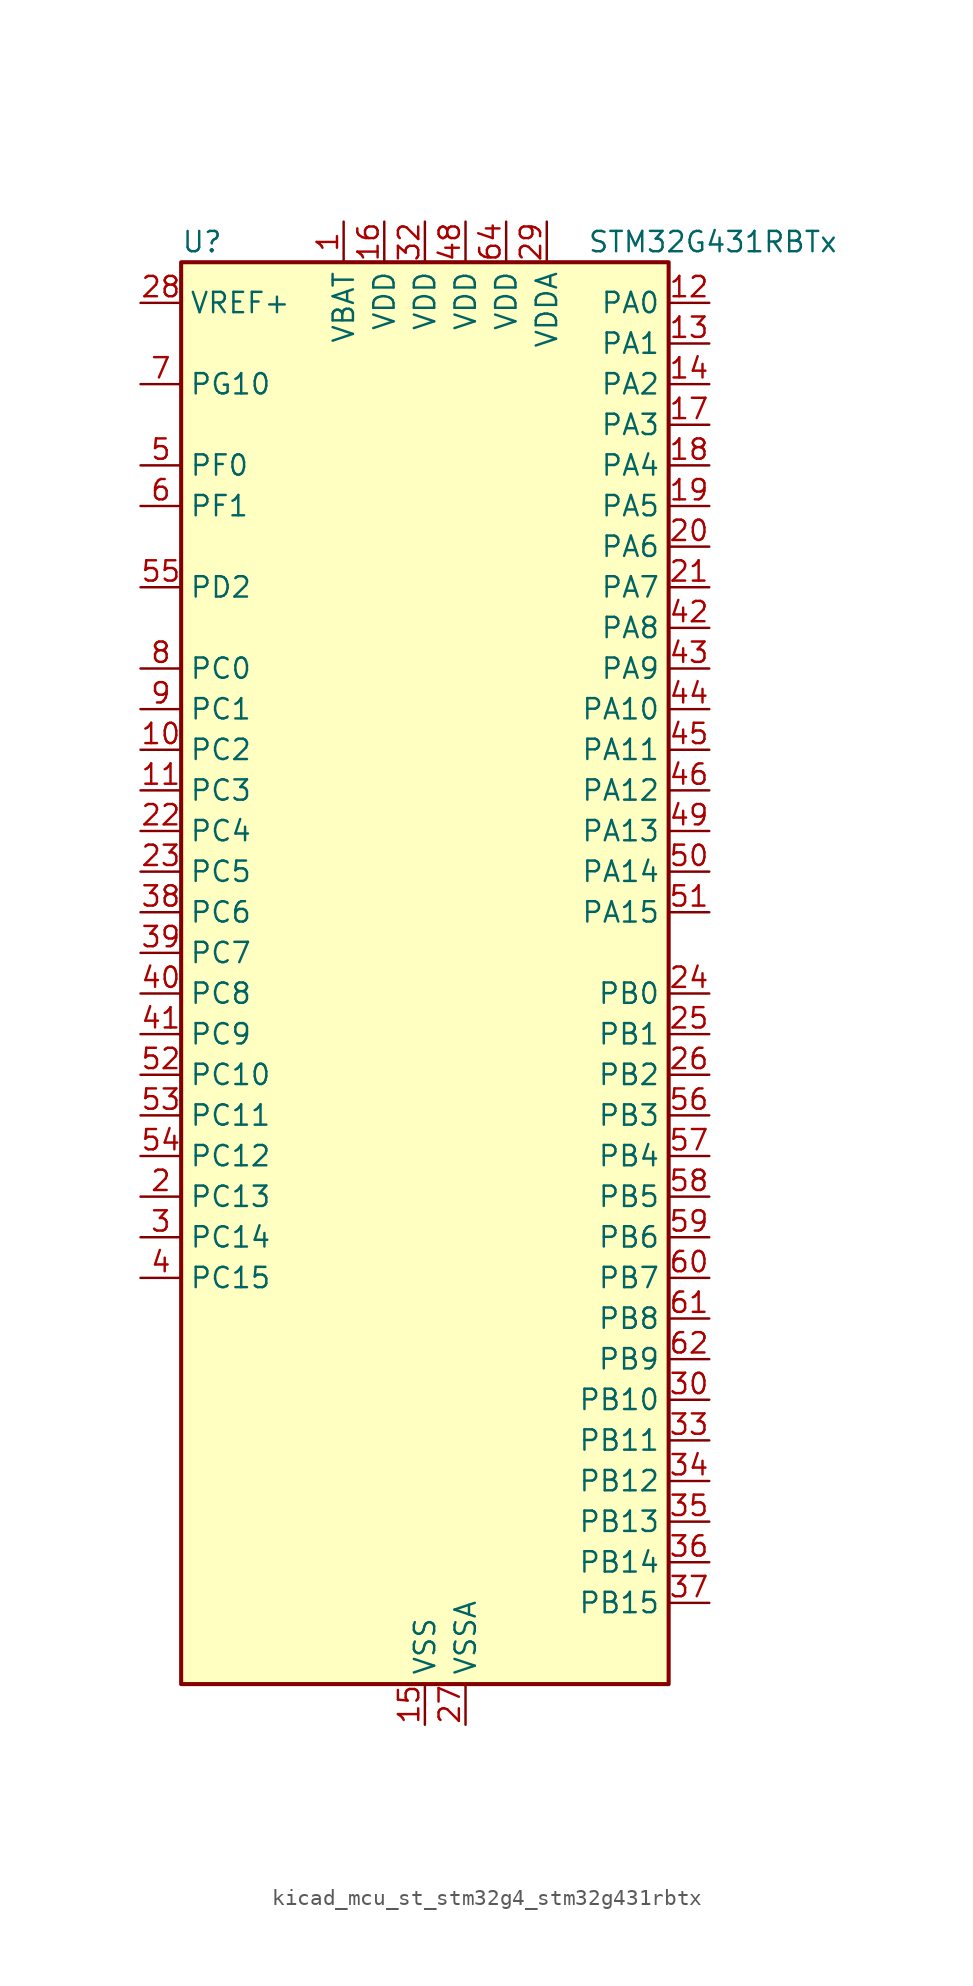
<source format=kicad_sym>
(kicad_symbol_lib
  (version 20220914)
  (generator kicad_symbol_editor)
  (symbol "kicad_mcu_st_stm32g4_stm32g431rbtx"
    (property "Reference" "U"
      (at -15.24 46.99 0)
      (effects (font (size 1.27 1.27)) (justify left)))
    (property "Value" "STM32G431RBTx"
      (at 10.16 46.99 0)
      (effects (font (size 1.27 1.27)) (justify left)))
    (property "ki_locked" ""
      (at 0 0 0)
      (effects (font (size 1.27 1.27))))
    (symbol "kicad_mcu_st_stm32g4_stm32g431rbtx_0_1"
      (rectangle (start -15.24 -43.18) (end 15.24 45.72) (stroke (width 0.254) (type default)) (fill (type background))))
    (symbol "kicad_mcu_st_stm32g4_stm32g431rbtx_1_1"
      (pin power_in line (at -5.08 48.26 270) (length 2.54) (name "VBAT" (effects (font (size 1.27 1.27)))) (number "1" (effects (font (size 1.27 1.27)))))
      (pin bidirectional line (at -17.78 15.24 0) (length 2.54) (name "PC2" (effects (font (size 1.27 1.27)))) (number "10" (effects (font (size 1.27 1.27)))) (alternate "ADC1_IN8" bidirectional line) (alternate "ADC2_IN8" bidirectional line) (alternate "COMP3_OUT" bidirectional line) (alternate "LPTIM1_IN2" bidirectional line) (alternate "TIM1_CH3" bidirectional line))
      (pin bidirectional line (at -17.78 12.7 0) (length 2.54) (name "PC3" (effects (font (size 1.27 1.27)))) (number "11" (effects (font (size 1.27 1.27)))) (alternate "ADC1_IN9" bidirectional line) (alternate "ADC2_IN9" bidirectional line) (alternate "LPTIM1_ETR" bidirectional line) (alternate "SAI1_D1" bidirectional line) (alternate "SAI1_SD_A" bidirectional line) (alternate "TIM1_BKIN2" bidirectional line) (alternate "TIM1_CH4" bidirectional line))
      (pin bidirectional line (at 17.78 43.18 180) (length 2.54) (name "PA0" (effects (font (size 1.27 1.27)))) (number "12" (effects (font (size 1.27 1.27)))) (alternate "ADC1_IN1" bidirectional line) (alternate "ADC2_IN1" bidirectional line) (alternate "COMP1_INM" bidirectional line) (alternate "COMP1_OUT" bidirectional line) (alternate "COMP3_INP" bidirectional line) (alternate "RTC_TAMP2" bidirectional line) (alternate "SYS_WKUP1" bidirectional line) (alternate "TIM2_CH1" bidirectional line) (alternate "TIM2_ETR" bidirectional line) (alternate "TIM8_BKIN" bidirectional line) (alternate "TIM8_ETR" bidirectional line) (alternate "USART2_CTS" bidirectional line) (alternate "USART2_NSS" bidirectional line))
      (pin bidirectional line (at 17.78 40.64 180) (length 2.54) (name "PA1" (effects (font (size 1.27 1.27)))) (number "13" (effects (font (size 1.27 1.27)))) (alternate "ADC1_IN2" bidirectional line) (alternate "ADC2_IN2" bidirectional line) (alternate "COMP1_INP" bidirectional line) (alternate "OPAMP1_VINP" bidirectional line) (alternate "OPAMP1_VINP_SEC" bidirectional line) (alternate "OPAMP3_VINP" bidirectional line) (alternate "OPAMP3_VINP_SEC" bidirectional line) (alternate "RTC_REFIN" bidirectional line) (alternate "TIM15_CH1N" bidirectional line) (alternate "TIM2_CH2" bidirectional line) (alternate "USART2_DE" bidirectional line) (alternate "USART2_RTS" bidirectional line))
      (pin bidirectional line (at 17.78 38.1 180) (length 2.54) (name "PA2" (effects (font (size 1.27 1.27)))) (number "14" (effects (font (size 1.27 1.27)))) (alternate "ADC1_IN3" bidirectional line) (alternate "COMP2_INM" bidirectional line) (alternate "COMP2_OUT" bidirectional line) (alternate "LPUART1_TX" bidirectional line) (alternate "OPAMP1_VOUT" bidirectional line) (alternate "RCC_LSCO" bidirectional line) (alternate "SYS_WKUP4" bidirectional line) (alternate "TIM15_CH1" bidirectional line) (alternate "TIM2_CH3" bidirectional line) (alternate "UCPD1_FRSTX1" bidirectional line) (alternate "UCPD1_FRSTX2" bidirectional line) (alternate "USART2_TX" bidirectional line))
      (pin power_in line (at 0 -45.72 90) (length 2.54) (name "VSS" (effects (font (size 1.27 1.27)))) (number "15" (effects (font (size 1.27 1.27)))))
      (pin power_in line (at -2.54 48.26 270) (length 2.54) (name "VDD" (effects (font (size 1.27 1.27)))) (number "16" (effects (font (size 1.27 1.27)))))
      (pin bidirectional line (at 17.78 35.56 180) (length 2.54) (name "PA3" (effects (font (size 1.27 1.27)))) (number "17" (effects (font (size 1.27 1.27)))) (alternate "ADC1_IN4" bidirectional line) (alternate "COMP2_INP" bidirectional line) (alternate "LPUART1_RX" bidirectional line) (alternate "OPAMP1_VINM" bidirectional line) (alternate "OPAMP1_VINM0" bidirectional line) (alternate "OPAMP1_VINM_SEC" bidirectional line) (alternate "OPAMP1_VINP" bidirectional line) (alternate "OPAMP1_VINP_SEC" bidirectional line) (alternate "SAI1_CK1" bidirectional line) (alternate "SAI1_MCLK_A" bidirectional line) (alternate "TIM15_CH2" bidirectional line) (alternate "TIM2_CH4" bidirectional line) (alternate "USART2_RX" bidirectional line))
      (pin bidirectional line (at 17.78 33.02 180) (length 2.54) (name "PA4" (effects (font (size 1.27 1.27)))) (number "18" (effects (font (size 1.27 1.27)))) (alternate "ADC2_IN17" bidirectional line) (alternate "COMP1_INM" bidirectional line) (alternate "DAC1_OUT1" bidirectional line) (alternate "I2S3_WS" bidirectional line) (alternate "SAI1_FS_B" bidirectional line) (alternate "SPI1_NSS" bidirectional line) (alternate "SPI3_NSS" bidirectional line) (alternate "TIM3_CH2" bidirectional line) (alternate "USART2_CK" bidirectional line))
      (pin bidirectional line (at 17.78 30.48 180) (length 2.54) (name "PA5" (effects (font (size 1.27 1.27)))) (number "19" (effects (font (size 1.27 1.27)))) (alternate "ADC2_IN13" bidirectional line) (alternate "COMP2_INM" bidirectional line) (alternate "DAC1_OUT2" bidirectional line) (alternate "OPAMP2_VINM" bidirectional line) (alternate "OPAMP2_VINM0" bidirectional line) (alternate "OPAMP2_VINM_SEC" bidirectional line) (alternate "SPI1_SCK" bidirectional line) (alternate "TIM2_CH1" bidirectional line) (alternate "TIM2_ETR" bidirectional line) (alternate "UCPD1_FRSTX1" bidirectional line) (alternate "UCPD1_FRSTX2" bidirectional line))
      (pin bidirectional line (at -17.78 -12.7 0) (length 2.54) (name "PC13" (effects (font (size 1.27 1.27)))) (number "2" (effects (font (size 1.27 1.27)))) (alternate "RTC_OUT1" bidirectional line) (alternate "RTC_TAMP1" bidirectional line) (alternate "RTC_TS" bidirectional line) (alternate "SYS_WKUP2" bidirectional line) (alternate "TIM1_BKIN" bidirectional line) (alternate "TIM1_CH1N" bidirectional line) (alternate "TIM8_CH4N" bidirectional line))
      (pin bidirectional line (at 17.78 27.94 180) (length 2.54) (name "PA6" (effects (font (size 1.27 1.27)))) (number "20" (effects (font (size 1.27 1.27)))) (alternate "ADC2_IN3" bidirectional line) (alternate "COMP1_OUT" bidirectional line) (alternate "LPUART1_CTS" bidirectional line) (alternate "OPAMP2_VOUT" bidirectional line) (alternate "SPI1_MISO" bidirectional line) (alternate "TIM16_CH1" bidirectional line) (alternate "TIM1_BKIN" bidirectional line) (alternate "TIM3_CH1" bidirectional line) (alternate "TIM8_BKIN" bidirectional line))
      (pin bidirectional line (at 17.78 25.4 180) (length 2.54) (name "PA7" (effects (font (size 1.27 1.27)))) (number "21" (effects (font (size 1.27 1.27)))) (alternate "ADC2_IN4" bidirectional line) (alternate "COMP2_INP" bidirectional line) (alternate "COMP2_OUT" bidirectional line) (alternate "OPAMP1_VINP" bidirectional line) (alternate "OPAMP1_VINP_SEC" bidirectional line) (alternate "OPAMP2_VINP" bidirectional line) (alternate "OPAMP2_VINP_SEC" bidirectional line) (alternate "SPI1_MOSI" bidirectional line) (alternate "TIM17_CH1" bidirectional line) (alternate "TIM1_CH1N" bidirectional line) (alternate "TIM3_CH2" bidirectional line) (alternate "TIM8_CH1N" bidirectional line) (alternate "UCPD1_FRSTX1" bidirectional line) (alternate "UCPD1_FRSTX2" bidirectional line))
      (pin bidirectional line (at -17.78 10.16 0) (length 2.54) (name "PC4" (effects (font (size 1.27 1.27)))) (number "22" (effects (font (size 1.27 1.27)))) (alternate "ADC2_IN5" bidirectional line) (alternate "I2C2_SCL" bidirectional line) (alternate "TIM1_ETR" bidirectional line) (alternate "USART1_TX" bidirectional line))
      (pin bidirectional line (at -17.78 7.62 0) (length 2.54) (name "PC5" (effects (font (size 1.27 1.27)))) (number "23" (effects (font (size 1.27 1.27)))) (alternate "ADC2_IN11" bidirectional line) (alternate "OPAMP1_VINM" bidirectional line) (alternate "OPAMP1_VINM1" bidirectional line) (alternate "OPAMP1_VINM_SEC" bidirectional line) (alternate "OPAMP2_VINM" bidirectional line) (alternate "OPAMP2_VINM1" bidirectional line) (alternate "OPAMP2_VINM_SEC" bidirectional line) (alternate "SAI1_D3" bidirectional line) (alternate "SYS_WKUP5" bidirectional line) (alternate "TIM15_BKIN" bidirectional line) (alternate "TIM1_CH4N" bidirectional line) (alternate "USART1_RX" bidirectional line))
      (pin bidirectional line (at 17.78 0 180) (length 2.54) (name "PB0" (effects (font (size 1.27 1.27)))) (number "24" (effects (font (size 1.27 1.27)))) (alternate "ADC1_IN15" bidirectional line) (alternate "COMP4_INP" bidirectional line) (alternate "OPAMP2_VINP" bidirectional line) (alternate "OPAMP2_VINP_SEC" bidirectional line) (alternate "OPAMP3_VINP" bidirectional line) (alternate "OPAMP3_VINP_SEC" bidirectional line) (alternate "TIM1_CH2N" bidirectional line) (alternate "TIM3_CH3" bidirectional line) (alternate "TIM8_CH2N" bidirectional line) (alternate "UCPD1_FRSTX1" bidirectional line) (alternate "UCPD1_FRSTX2" bidirectional line))
      (pin bidirectional line (at 17.78 -2.54 180) (length 2.54) (name "PB1" (effects (font (size 1.27 1.27)))) (number "25" (effects (font (size 1.27 1.27)))) (alternate "ADC1_IN12" bidirectional line) (alternate "COMP1_INP" bidirectional line) (alternate "COMP4_OUT" bidirectional line) (alternate "LPUART1_DE" bidirectional line) (alternate "LPUART1_RTS" bidirectional line) (alternate "OPAMP3_VOUT" bidirectional line) (alternate "TIM1_CH3N" bidirectional line) (alternate "TIM3_CH4" bidirectional line) (alternate "TIM8_CH3N" bidirectional line))
      (pin bidirectional line (at 17.78 -5.08 180) (length 2.54) (name "PB2" (effects (font (size 1.27 1.27)))) (number "26" (effects (font (size 1.27 1.27)))) (alternate "ADC2_IN12" bidirectional line) (alternate "COMP4_INM" bidirectional line) (alternate "I2C3_SMBA" bidirectional line) (alternate "LPTIM1_OUT" bidirectional line) (alternate "OPAMP3_VINM" bidirectional line) (alternate "OPAMP3_VINM0" bidirectional line) (alternate "OPAMP3_VINM_SEC" bidirectional line) (alternate "RTC_OUT2" bidirectional line))
      (pin power_in line (at 2.54 -45.72 90) (length 2.54) (name "VSSA" (effects (font (size 1.27 1.27)))) (number "27" (effects (font (size 1.27 1.27)))))
      (pin input line (at -17.78 43.18 0) (length 2.54) (name "VREF+" (effects (font (size 1.27 1.27)))) (number "28" (effects (font (size 1.27 1.27)))) (alternate "VREFBUF_OUT" bidirectional line))
      (pin power_in line (at 7.62 48.26 270) (length 2.54) (name "VDDA" (effects (font (size 1.27 1.27)))) (number "29" (effects (font (size 1.27 1.27)))))
      (pin bidirectional line (at -17.78 -15.24 0) (length 2.54) (name "PC14" (effects (font (size 1.27 1.27)))) (number "3" (effects (font (size 1.27 1.27)))) (alternate "RCC_OSC32_IN" bidirectional line))
      (pin bidirectional line (at 17.78 -25.4 180) (length 2.54) (name "PB10" (effects (font (size 1.27 1.27)))) (number "30" (effects (font (size 1.27 1.27)))) (alternate "DAC1_EXTI10" bidirectional line) (alternate "DAC3_EXTI10" bidirectional line) (alternate "LPUART1_RX" bidirectional line) (alternate "OPAMP3_VINM" bidirectional line) (alternate "OPAMP3_VINM1" bidirectional line) (alternate "OPAMP3_VINM_SEC" bidirectional line) (alternate "SAI1_SCK_A" bidirectional line) (alternate "TIM1_BKIN" bidirectional line) (alternate "TIM2_CH3" bidirectional line) (alternate "USART3_TX" bidirectional line))
      (pin passive line (at 0 -45.72 90) (length 2.54) hide (name "VSS" (effects (font (size 1.27 1.27)))) (number "31" (effects (font (size 1.27 1.27)))))
      (pin power_in line (at 0 48.26 270) (length 2.54) (name "VDD" (effects (font (size 1.27 1.27)))) (number "32" (effects (font (size 1.27 1.27)))))
      (pin bidirectional line (at 17.78 -27.94 180) (length 2.54) (name "PB11" (effects (font (size 1.27 1.27)))) (number "33" (effects (font (size 1.27 1.27)))) (alternate "ADC1_EXTI11" bidirectional line) (alternate "ADC1_IN14" bidirectional line) (alternate "ADC2_EXTI11" bidirectional line) (alternate "ADC2_IN14" bidirectional line) (alternate "LPUART1_TX" bidirectional line) (alternate "TIM2_CH4" bidirectional line) (alternate "USART3_RX" bidirectional line))
      (pin bidirectional line (at 17.78 -30.48 180) (length 2.54) (name "PB12" (effects (font (size 1.27 1.27)))) (number "34" (effects (font (size 1.27 1.27)))) (alternate "ADC1_IN11" bidirectional line) (alternate "I2C2_SMBA" bidirectional line) (alternate "I2S2_WS" bidirectional line) (alternate "LPUART1_DE" bidirectional line) (alternate "LPUART1_RTS" bidirectional line) (alternate "SPI2_NSS" bidirectional line) (alternate "TIM1_BKIN" bidirectional line) (alternate "USART3_CK" bidirectional line))
      (pin bidirectional line (at 17.78 -33.02 180) (length 2.54) (name "PB13" (effects (font (size 1.27 1.27)))) (number "35" (effects (font (size 1.27 1.27)))) (alternate "I2S2_CK" bidirectional line) (alternate "LPUART1_CTS" bidirectional line) (alternate "OPAMP3_VINP" bidirectional line) (alternate "OPAMP3_VINP_SEC" bidirectional line) (alternate "SPI2_SCK" bidirectional line) (alternate "TIM1_CH1N" bidirectional line) (alternate "USART3_CTS" bidirectional line) (alternate "USART3_NSS" bidirectional line))
      (pin bidirectional line (at 17.78 -35.56 180) (length 2.54) (name "PB14" (effects (font (size 1.27 1.27)))) (number "36" (effects (font (size 1.27 1.27)))) (alternate "ADC1_IN5" bidirectional line) (alternate "COMP4_OUT" bidirectional line) (alternate "OPAMP2_VINP" bidirectional line) (alternate "OPAMP2_VINP_SEC" bidirectional line) (alternate "SPI2_MISO" bidirectional line) (alternate "TIM15_CH1" bidirectional line) (alternate "TIM1_CH2N" bidirectional line) (alternate "USART3_DE" bidirectional line) (alternate "USART3_RTS" bidirectional line))
      (pin bidirectional line (at 17.78 -38.1 180) (length 2.54) (name "PB15" (effects (font (size 1.27 1.27)))) (number "37" (effects (font (size 1.27 1.27)))) (alternate "ADC1_EXTI15" bidirectional line) (alternate "ADC2_EXTI15" bidirectional line) (alternate "ADC2_IN15" bidirectional line) (alternate "COMP3_OUT" bidirectional line) (alternate "I2S2_SD" bidirectional line) (alternate "RTC_REFIN" bidirectional line) (alternate "SPI2_MOSI" bidirectional line) (alternate "TIM15_CH1N" bidirectional line) (alternate "TIM15_CH2" bidirectional line) (alternate "TIM1_CH3N" bidirectional line))
      (pin bidirectional line (at -17.78 5.08 0) (length 2.54) (name "PC6" (effects (font (size 1.27 1.27)))) (number "38" (effects (font (size 1.27 1.27)))) (alternate "I2S2_MCK" bidirectional line) (alternate "TIM3_CH1" bidirectional line) (alternate "TIM8_CH1" bidirectional line))
      (pin bidirectional line (at -17.78 2.54 0) (length 2.54) (name "PC7" (effects (font (size 1.27 1.27)))) (number "39" (effects (font (size 1.27 1.27)))) (alternate "I2S3_MCK" bidirectional line) (alternate "TIM3_CH2" bidirectional line) (alternate "TIM8_CH2" bidirectional line))
      (pin bidirectional line (at -17.78 -17.78 0) (length 2.54) (name "PC15" (effects (font (size 1.27 1.27)))) (number "4" (effects (font (size 1.27 1.27)))) (alternate "ADC1_EXTI15" bidirectional line) (alternate "ADC2_EXTI15" bidirectional line) (alternate "RCC_OSC32_OUT" bidirectional line))
      (pin bidirectional line (at -17.78 0 0) (length 2.54) (name "PC8" (effects (font (size 1.27 1.27)))) (number "40" (effects (font (size 1.27 1.27)))) (alternate "I2C3_SCL" bidirectional line) (alternate "TIM3_CH3" bidirectional line) (alternate "TIM8_CH3" bidirectional line))
      (pin bidirectional line (at -17.78 -2.54 0) (length 2.54) (name "PC9" (effects (font (size 1.27 1.27)))) (number "41" (effects (font (size 1.27 1.27)))) (alternate "DAC1_EXTI9" bidirectional line) (alternate "DAC3_EXTI9" bidirectional line) (alternate "I2C3_SDA" bidirectional line) (alternate "I2S_CKIN" bidirectional line) (alternate "TIM3_CH4" bidirectional line) (alternate "TIM8_BKIN2" bidirectional line) (alternate "TIM8_CH4" bidirectional line))
      (pin bidirectional line (at 17.78 22.86 180) (length 2.54) (name "PA8" (effects (font (size 1.27 1.27)))) (number "42" (effects (font (size 1.27 1.27)))) (alternate "I2C2_SDA" bidirectional line) (alternate "I2C3_SCL" bidirectional line) (alternate "I2S2_MCK" bidirectional line) (alternate "RCC_MCO" bidirectional line) (alternate "SAI1_CK2" bidirectional line) (alternate "SAI1_SCK_A" bidirectional line) (alternate "TIM1_CH1" bidirectional line) (alternate "TIM4_ETR" bidirectional line) (alternate "USART1_CK" bidirectional line))
      (pin bidirectional line (at 17.78 20.32 180) (length 2.54) (name "PA9" (effects (font (size 1.27 1.27)))) (number "43" (effects (font (size 1.27 1.27)))) (alternate "DAC1_EXTI9" bidirectional line) (alternate "DAC3_EXTI9" bidirectional line) (alternate "I2C2_SCL" bidirectional line) (alternate "I2C3_SMBA" bidirectional line) (alternate "I2S3_MCK" bidirectional line) (alternate "SAI1_FS_A" bidirectional line) (alternate "TIM15_BKIN" bidirectional line) (alternate "TIM1_CH2" bidirectional line) (alternate "TIM2_CH3" bidirectional line) (alternate "UCPD1_DBCC1" bidirectional line) (alternate "USART1_TX" bidirectional line))
      (pin bidirectional line (at 17.78 17.78 180) (length 2.54) (name "PA10" (effects (font (size 1.27 1.27)))) (number "44" (effects (font (size 1.27 1.27)))) (alternate "CRS_SYNC" bidirectional line) (alternate "DAC1_EXTI10" bidirectional line) (alternate "DAC3_EXTI10" bidirectional line) (alternate "I2C2_SMBA" bidirectional line) (alternate "SAI1_D1" bidirectional line) (alternate "SAI1_SD_A" bidirectional line) (alternate "SPI2_MISO" bidirectional line) (alternate "TIM17_BKIN" bidirectional line) (alternate "TIM1_CH3" bidirectional line) (alternate "TIM2_CH4" bidirectional line) (alternate "TIM8_BKIN" bidirectional line) (alternate "UCPD1_DBCC2" bidirectional line) (alternate "USART1_RX" bidirectional line))
      (pin bidirectional line (at 17.78 15.24 180) (length 2.54) (name "PA11" (effects (font (size 1.27 1.27)))) (number "45" (effects (font (size 1.27 1.27)))) (alternate "ADC1_EXTI11" bidirectional line) (alternate "ADC2_EXTI11" bidirectional line) (alternate "COMP1_OUT" bidirectional line) (alternate "FDCAN1_RX" bidirectional line) (alternate "I2S2_SD" bidirectional line) (alternate "SPI2_MOSI" bidirectional line) (alternate "TIM1_BKIN2" bidirectional line) (alternate "TIM1_CH1N" bidirectional line) (alternate "TIM1_CH4" bidirectional line) (alternate "TIM4_CH1" bidirectional line) (alternate "USART1_CTS" bidirectional line) (alternate "USART1_NSS" bidirectional line) (alternate "USB_DM" bidirectional line))
      (pin bidirectional line (at 17.78 12.7 180) (length 2.54) (name "PA12" (effects (font (size 1.27 1.27)))) (number "46" (effects (font (size 1.27 1.27)))) (alternate "COMP2_OUT" bidirectional line) (alternate "FDCAN1_TX" bidirectional line) (alternate "I2S_CKIN" bidirectional line) (alternate "TIM16_CH1" bidirectional line) (alternate "TIM1_CH2N" bidirectional line) (alternate "TIM1_ETR" bidirectional line) (alternate "TIM4_CH2" bidirectional line) (alternate "USART1_DE" bidirectional line) (alternate "USART1_RTS" bidirectional line) (alternate "USB_DP" bidirectional line))
      (pin passive line (at 0 -45.72 90) (length 2.54) hide (name "VSS" (effects (font (size 1.27 1.27)))) (number "47" (effects (font (size 1.27 1.27)))))
      (pin power_in line (at 2.54 48.26 270) (length 2.54) (name "VDD" (effects (font (size 1.27 1.27)))) (number "48" (effects (font (size 1.27 1.27)))))
      (pin bidirectional line (at 17.78 10.16 180) (length 2.54) (name "PA13" (effects (font (size 1.27 1.27)))) (number "49" (effects (font (size 1.27 1.27)))) (alternate "I2C1_SCL" bidirectional line) (alternate "IR_OUT" bidirectional line) (alternate "SAI1_SD_B" bidirectional line) (alternate "SYS_JTMS-SWDIO" bidirectional line) (alternate "TIM16_CH1N" bidirectional line) (alternate "TIM4_CH3" bidirectional line) (alternate "USART3_CTS" bidirectional line) (alternate "USART3_NSS" bidirectional line))
      (pin bidirectional line (at -17.78 33.02 0) (length 2.54) (name "PF0" (effects (font (size 1.27 1.27)))) (number "5" (effects (font (size 1.27 1.27)))) (alternate "ADC1_IN10" bidirectional line) (alternate "I2C2_SDA" bidirectional line) (alternate "I2S2_WS" bidirectional line) (alternate "RCC_OSC_IN" bidirectional line) (alternate "SPI2_NSS" bidirectional line) (alternate "TIM1_CH3N" bidirectional line))
      (pin bidirectional line (at 17.78 7.62 180) (length 2.54) (name "PA14" (effects (font (size 1.27 1.27)))) (number "50" (effects (font (size 1.27 1.27)))) (alternate "I2C1_SDA" bidirectional line) (alternate "LPTIM1_OUT" bidirectional line) (alternate "SAI1_FS_B" bidirectional line) (alternate "SYS_JTCK-SWCLK" bidirectional line) (alternate "TIM1_BKIN" bidirectional line) (alternate "TIM8_CH2" bidirectional line) (alternate "USART2_TX" bidirectional line))
      (pin bidirectional line (at 17.78 5.08 180) (length 2.54) (name "PA15" (effects (font (size 1.27 1.27)))) (number "51" (effects (font (size 1.27 1.27)))) (alternate "ADC1_EXTI15" bidirectional line) (alternate "ADC2_EXTI15" bidirectional line) (alternate "I2C1_SCL" bidirectional line) (alternate "I2S3_WS" bidirectional line) (alternate "SPI1_NSS" bidirectional line) (alternate "SPI3_NSS" bidirectional line) (alternate "SYS_JTDI" bidirectional line) (alternate "TIM1_BKIN" bidirectional line) (alternate "TIM2_CH1" bidirectional line) (alternate "TIM2_ETR" bidirectional line) (alternate "TIM8_CH1" bidirectional line) (alternate "UART4_DE" bidirectional line) (alternate "UART4_RTS" bidirectional line) (alternate "USART2_RX" bidirectional line))
      (pin bidirectional line (at -17.78 -5.08 0) (length 2.54) (name "PC10" (effects (font (size 1.27 1.27)))) (number "52" (effects (font (size 1.27 1.27)))) (alternate "DAC1_EXTI10" bidirectional line) (alternate "DAC3_EXTI10" bidirectional line) (alternate "I2S3_CK" bidirectional line) (alternate "SPI3_SCK" bidirectional line) (alternate "TIM8_CH1N" bidirectional line) (alternate "UART4_TX" bidirectional line) (alternate "USART3_TX" bidirectional line))
      (pin bidirectional line (at -17.78 -7.62 0) (length 2.54) (name "PC11" (effects (font (size 1.27 1.27)))) (number "53" (effects (font (size 1.27 1.27)))) (alternate "ADC1_EXTI11" bidirectional line) (alternate "ADC2_EXTI11" bidirectional line) (alternate "I2C3_SDA" bidirectional line) (alternate "SPI3_MISO" bidirectional line) (alternate "TIM8_CH2N" bidirectional line) (alternate "UART4_RX" bidirectional line) (alternate "USART3_RX" bidirectional line))
      (pin bidirectional line (at -17.78 -10.16 0) (length 2.54) (name "PC12" (effects (font (size 1.27 1.27)))) (number "54" (effects (font (size 1.27 1.27)))) (alternate "I2S3_SD" bidirectional line) (alternate "SPI3_MOSI" bidirectional line) (alternate "TIM8_CH3N" bidirectional line) (alternate "UCPD1_FRSTX1" bidirectional line) (alternate "UCPD1_FRSTX2" bidirectional line) (alternate "USART3_CK" bidirectional line))
      (pin bidirectional line (at -17.78 25.4 0) (length 2.54) (name "PD2" (effects (font (size 1.27 1.27)))) (number "55" (effects (font (size 1.27 1.27)))) (alternate "TIM3_ETR" bidirectional line) (alternate "TIM8_BKIN" bidirectional line))
      (pin bidirectional line (at 17.78 -7.62 180) (length 2.54) (name "PB3" (effects (font (size 1.27 1.27)))) (number "56" (effects (font (size 1.27 1.27)))) (alternate "CRS_SYNC" bidirectional line) (alternate "I2S3_CK" bidirectional line) (alternate "SAI1_SCK_B" bidirectional line) (alternate "SPI1_SCK" bidirectional line) (alternate "SPI3_SCK" bidirectional line) (alternate "SYS_JTDO-SWO" bidirectional line) (alternate "TIM2_CH2" bidirectional line) (alternate "TIM3_ETR" bidirectional line) (alternate "TIM4_ETR" bidirectional line) (alternate "TIM8_CH1N" bidirectional line) (alternate "USART2_TX" bidirectional line))
      (pin bidirectional line (at 17.78 -10.16 180) (length 2.54) (name "PB4" (effects (font (size 1.27 1.27)))) (number "57" (effects (font (size 1.27 1.27)))) (alternate "SAI1_MCLK_B" bidirectional line) (alternate "SPI1_MISO" bidirectional line) (alternate "SPI3_MISO" bidirectional line) (alternate "SYS_JTRST" bidirectional line) (alternate "TIM16_CH1" bidirectional line) (alternate "TIM17_BKIN" bidirectional line) (alternate "TIM3_CH1" bidirectional line) (alternate "TIM8_CH2N" bidirectional line) (alternate "UCPD1_CC2" bidirectional line) (alternate "USART2_RX" bidirectional line))
      (pin bidirectional line (at 17.78 -12.7 180) (length 2.54) (name "PB5" (effects (font (size 1.27 1.27)))) (number "58" (effects (font (size 1.27 1.27)))) (alternate "I2C1_SMBA" bidirectional line) (alternate "I2C3_SDA" bidirectional line) (alternate "I2S3_SD" bidirectional line) (alternate "LPTIM1_IN1" bidirectional line) (alternate "SAI1_SD_B" bidirectional line) (alternate "SPI1_MOSI" bidirectional line) (alternate "SPI3_MOSI" bidirectional line) (alternate "TIM16_BKIN" bidirectional line) (alternate "TIM17_CH1" bidirectional line) (alternate "TIM3_CH2" bidirectional line) (alternate "TIM8_CH3N" bidirectional line) (alternate "USART2_CK" bidirectional line))
      (pin bidirectional line (at 17.78 -15.24 180) (length 2.54) (name "PB6" (effects (font (size 1.27 1.27)))) (number "59" (effects (font (size 1.27 1.27)))) (alternate "COMP4_OUT" bidirectional line) (alternate "LPTIM1_ETR" bidirectional line) (alternate "SAI1_FS_B" bidirectional line) (alternate "TIM16_CH1N" bidirectional line) (alternate "TIM4_CH1" bidirectional line) (alternate "TIM8_BKIN2" bidirectional line) (alternate "TIM8_CH1" bidirectional line) (alternate "TIM8_ETR" bidirectional line) (alternate "UCPD1_CC1" bidirectional line) (alternate "USART1_TX" bidirectional line))
      (pin bidirectional line (at -17.78 30.48 0) (length 2.54) (name "PF1" (effects (font (size 1.27 1.27)))) (number "6" (effects (font (size 1.27 1.27)))) (alternate "ADC2_IN10" bidirectional line) (alternate "COMP3_INM" bidirectional line) (alternate "I2S2_CK" bidirectional line) (alternate "RCC_OSC_OUT" bidirectional line) (alternate "SPI2_SCK" bidirectional line))
      (pin bidirectional line (at 17.78 -17.78 180) (length 2.54) (name "PB7" (effects (font (size 1.27 1.27)))) (number "60" (effects (font (size 1.27 1.27)))) (alternate "COMP3_OUT" bidirectional line) (alternate "I2C1_SDA" bidirectional line) (alternate "LPTIM1_IN2" bidirectional line) (alternate "SYS_PVD_IN" bidirectional line) (alternate "TIM17_CH1N" bidirectional line) (alternate "TIM3_CH4" bidirectional line) (alternate "TIM4_CH2" bidirectional line) (alternate "TIM8_BKIN" bidirectional line) (alternate "UART4_CTS" bidirectional line) (alternate "USART1_RX" bidirectional line))
      (pin bidirectional line (at 17.78 -20.32 180) (length 2.54) (name "PB8" (effects (font (size 1.27 1.27)))) (number "61" (effects (font (size 1.27 1.27)))) (alternate "COMP1_OUT" bidirectional line) (alternate "FDCAN1_RX" bidirectional line) (alternate "I2C1_SCL" bidirectional line) (alternate "SAI1_CK1" bidirectional line) (alternate "SAI1_MCLK_A" bidirectional line) (alternate "TIM16_CH1" bidirectional line) (alternate "TIM1_BKIN" bidirectional line) (alternate "TIM4_CH3" bidirectional line) (alternate "TIM8_CH2" bidirectional line) (alternate "USART3_RX" bidirectional line))
      (pin bidirectional line (at 17.78 -22.86 180) (length 2.54) (name "PB9" (effects (font (size 1.27 1.27)))) (number "62" (effects (font (size 1.27 1.27)))) (alternate "COMP2_OUT" bidirectional line) (alternate "DAC1_EXTI9" bidirectional line) (alternate "DAC3_EXTI9" bidirectional line) (alternate "FDCAN1_TX" bidirectional line) (alternate "I2C1_SDA" bidirectional line) (alternate "IR_OUT" bidirectional line) (alternate "SAI1_D2" bidirectional line) (alternate "SAI1_FS_A" bidirectional line) (alternate "TIM17_CH1" bidirectional line) (alternate "TIM1_CH3N" bidirectional line) (alternate "TIM4_CH4" bidirectional line) (alternate "TIM8_CH3" bidirectional line) (alternate "USART3_TX" bidirectional line))
      (pin passive line (at 0 -45.72 90) (length 2.54) hide (name "VSS" (effects (font (size 1.27 1.27)))) (number "63" (effects (font (size 1.27 1.27)))))
      (pin power_in line (at 5.08 48.26 270) (length 2.54) (name "VDD" (effects (font (size 1.27 1.27)))) (number "64" (effects (font (size 1.27 1.27)))))
      (pin bidirectional line (at -17.78 38.1 0) (length 2.54) (name "PG10" (effects (font (size 1.27 1.27)))) (number "7" (effects (font (size 1.27 1.27)))) (alternate "DAC1_EXTI10" bidirectional line) (alternate "DAC3_EXTI10" bidirectional line) (alternate "RCC_MCO" bidirectional line))
      (pin bidirectional line (at -17.78 20.32 0) (length 2.54) (name "PC0" (effects (font (size 1.27 1.27)))) (number "8" (effects (font (size 1.27 1.27)))) (alternate "ADC1_IN6" bidirectional line) (alternate "ADC2_IN6" bidirectional line) (alternate "COMP3_INM" bidirectional line) (alternate "LPTIM1_IN1" bidirectional line) (alternate "LPUART1_RX" bidirectional line) (alternate "TIM1_CH1" bidirectional line))
      (pin bidirectional line (at -17.78 17.78 0) (length 2.54) (name "PC1" (effects (font (size 1.27 1.27)))) (number "9" (effects (font (size 1.27 1.27)))) (alternate "ADC1_IN7" bidirectional line) (alternate "ADC2_IN7" bidirectional line) (alternate "COMP3_INP" bidirectional line) (alternate "LPTIM1_OUT" bidirectional line) (alternate "LPUART1_TX" bidirectional line) (alternate "SAI1_SD_A" bidirectional line) (alternate "TIM1_CH2" bidirectional line)))))
</source>
